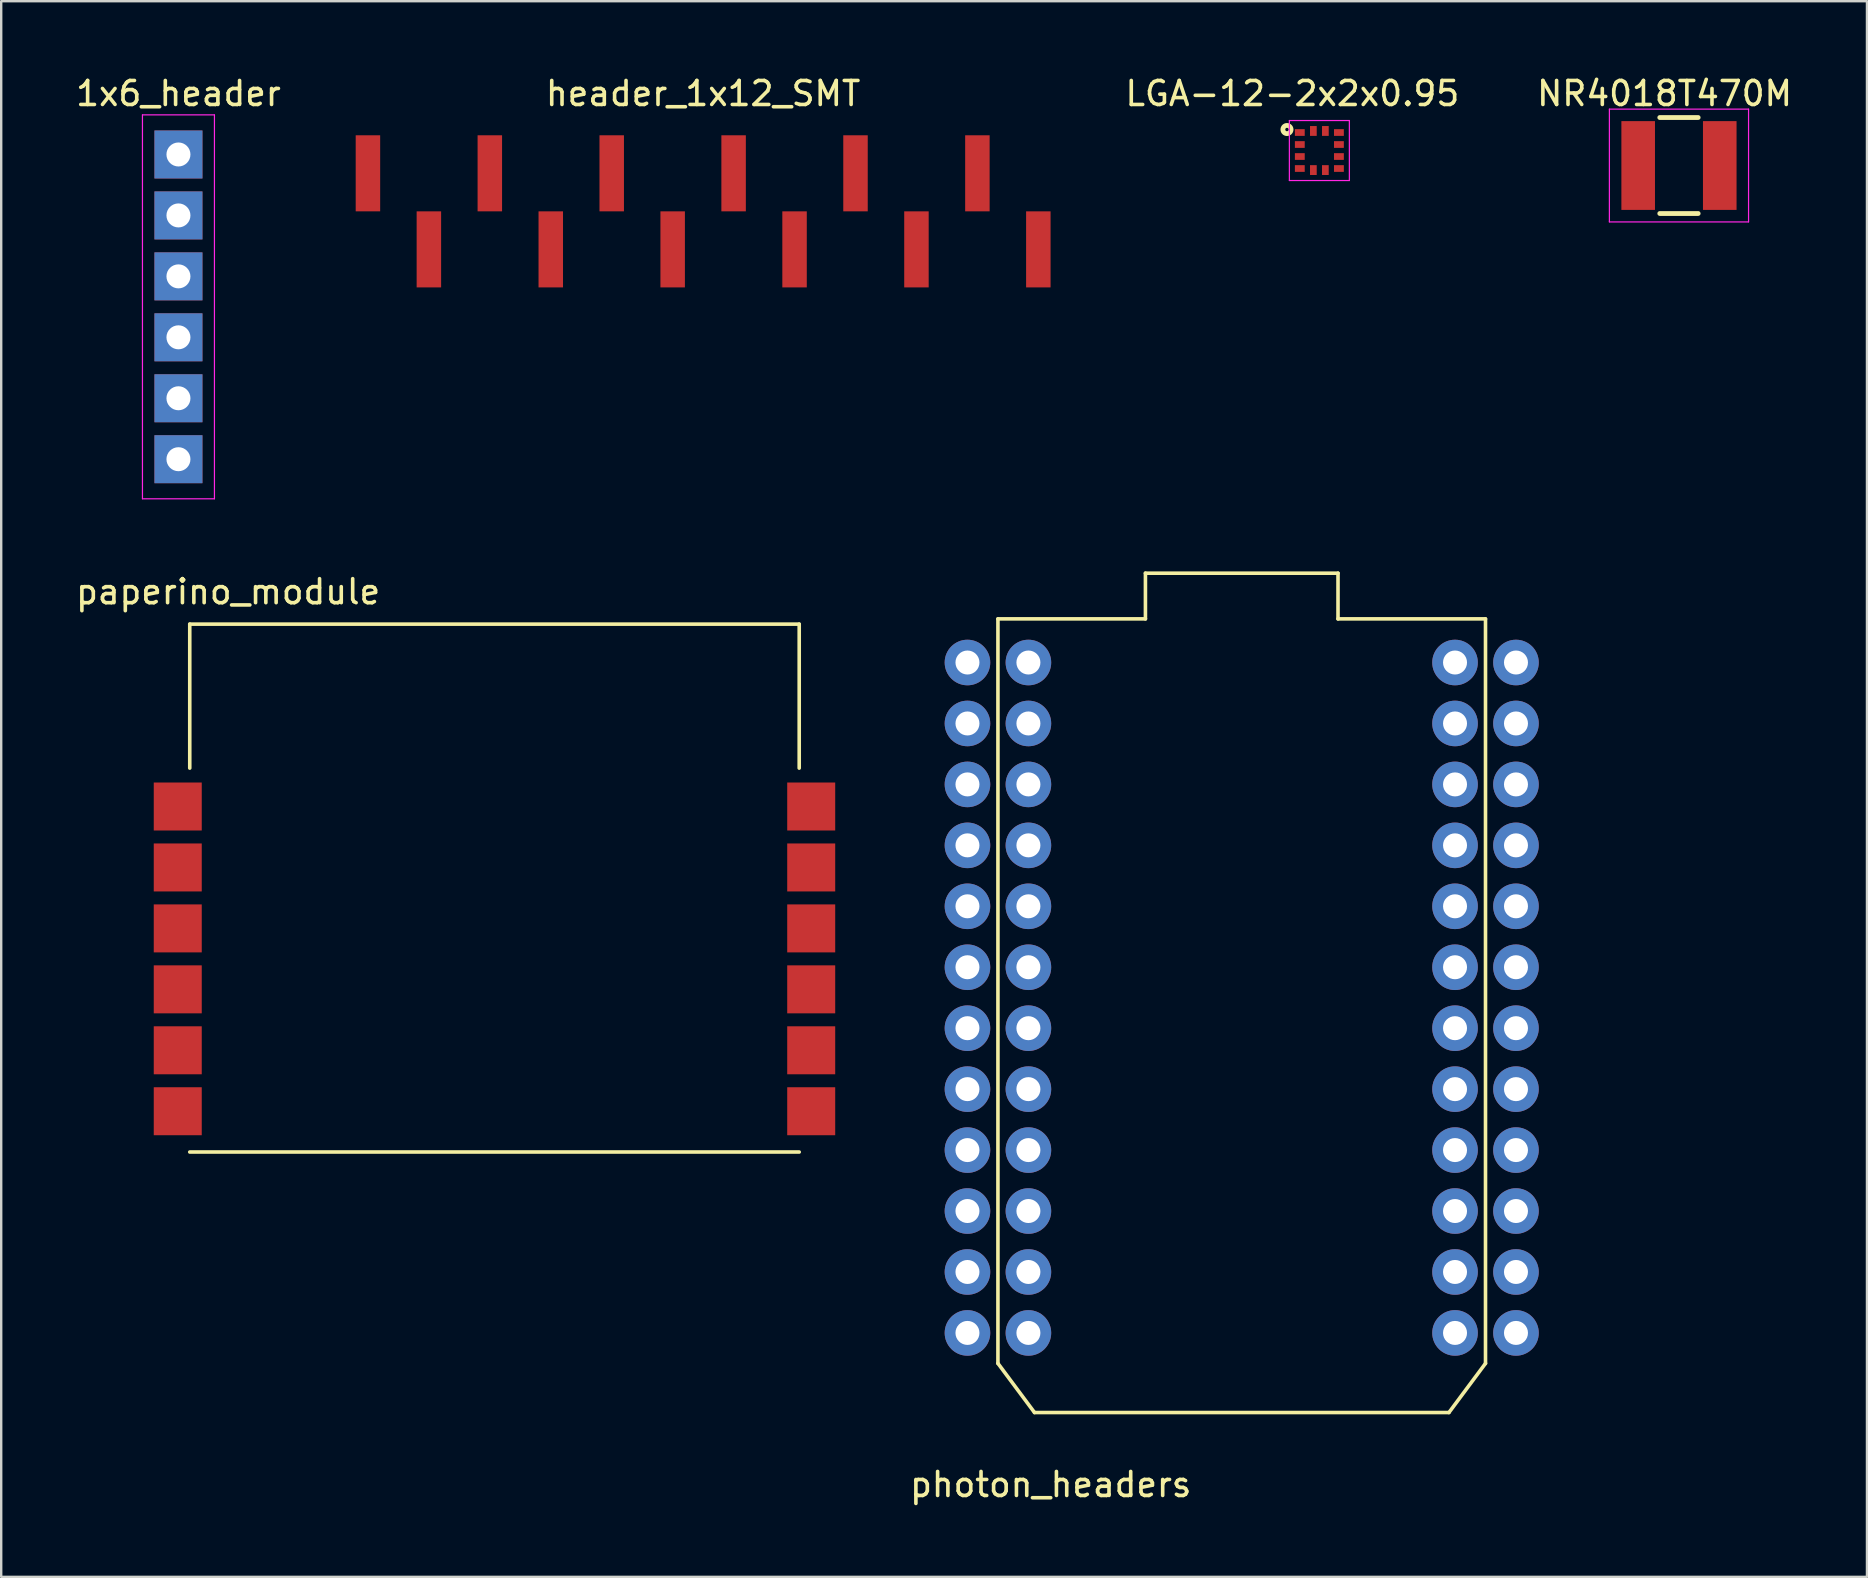
<source format=kicad_pcb>
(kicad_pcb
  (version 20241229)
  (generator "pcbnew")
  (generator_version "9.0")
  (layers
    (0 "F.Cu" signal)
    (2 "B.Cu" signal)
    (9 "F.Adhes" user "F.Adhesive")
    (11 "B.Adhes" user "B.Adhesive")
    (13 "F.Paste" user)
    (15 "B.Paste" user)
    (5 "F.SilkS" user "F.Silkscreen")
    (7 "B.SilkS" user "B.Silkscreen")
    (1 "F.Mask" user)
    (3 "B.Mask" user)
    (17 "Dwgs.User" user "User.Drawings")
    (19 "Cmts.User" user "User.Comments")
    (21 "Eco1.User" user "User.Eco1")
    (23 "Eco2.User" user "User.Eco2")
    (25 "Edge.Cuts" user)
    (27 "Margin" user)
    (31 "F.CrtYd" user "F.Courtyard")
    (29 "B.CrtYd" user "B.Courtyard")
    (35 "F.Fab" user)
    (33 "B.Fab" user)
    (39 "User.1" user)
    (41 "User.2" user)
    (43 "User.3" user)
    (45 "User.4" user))
  (footprint "header_1x12_SMT"
    (layer "F.Cu")
    (at 26.254 5.758)
    (property "Reference" "header_1x12_SMT" (at 0 -4.91 0) (layer "F.SilkS") (effects (font (size 1 1) (thickness 0.15))))
    (attr through_hole)
    (pad "1" smd rect (at -13.97 -1.585) (size 1.02 3.17) (layers "F.Cu" "F.Mask" "F.Paste"))
    (pad "2" smd rect (at -11.43 1.585) (size 1.02 3.17) (layers "F.Cu" "F.Mask" "F.Paste"))
    (pad "3" smd rect (at -8.89 -1.585) (size 1.02 3.17) (layers "F.Cu" "F.Mask" "F.Paste"))
    (pad "4" smd rect (at -6.35 1.585) (size 1.02 3.17) (layers "F.Cu" "F.Mask" "F.Paste"))
    (pad "5" smd rect (at -3.81 -1.585) (size 1.02 3.17) (layers "F.Cu" "F.Mask" "F.Paste"))
    (pad "6" smd rect (at -1.27 1.585) (size 1.02 3.17) (layers "F.Cu" "F.Mask" "F.Paste"))
    (pad "7" smd rect (at 1.27 -1.585) (size 1.02 3.17) (layers "F.Cu" "F.Mask" "F.Paste"))
    (pad "8" smd rect (at 3.81 1.585) (size 1.02 3.17) (layers "F.Cu" "F.Mask" "F.Paste"))
    (pad "9" smd rect (at 6.35 -1.585) (size 1.02 3.17) (layers "F.Cu" "F.Mask" "F.Paste"))
    (pad "10" smd rect (at 8.89 1.585) (size 1.02 3.17) (layers "F.Cu" "F.Mask" "F.Paste"))
    (pad "11" smd rect (at 11.43 -1.585) (size 1.02 3.17) (layers "F.Cu" "F.Mask" "F.Paste"))
    (pad "12" smd rect (at 13.97 1.585) (size 1.02 3.17) (layers "F.Cu" "F.Mask" "F.Paste")))
  (footprint "1x6_header"
    (layer "F.Cu")
    (at 4.387 3.388)
    (property "Reference" "1x6_header" (at 0 -2.54 0) (layer "F.SilkS") (effects (font (size 1 1) (thickness 0.15))))
    (attr through_hole)
    (fp_line (start -1.5 14.35) (end -1.5 -1.65) (stroke (width 0.05) (type solid)) (layer "F.CrtYd"))
    (fp_line (start 1.5 -1.65) (end -1.5 -1.65) (stroke (width 0.05) (type solid)) (layer "F.CrtYd"))
    (fp_line (start 1.5 14.35) (end -1.5 14.35) (stroke (width 0.05) (type solid)) (layer "F.CrtYd"))
    (fp_line (start 1.5 14.35) (end 1.5 -1.65) (stroke (width 0.05) (type solid)) (layer "F.CrtYd"))
    (pad "1" thru_hole rect (at 0 0) (size 2 2) (drill 1) (layers "*.Cu" "*.Mask"))
    (pad "2" thru_hole rect (at 0 2.54) (size 2 2) (drill 1) (layers "*.Cu" "*.Mask"))
    (pad "3" thru_hole rect (at 0 5.08) (size 2 2) (drill 1) (layers "*.Cu" "*.Mask"))
    (pad "4" thru_hole rect (at 0 7.62) (size 2 2) (drill 1) (layers "*.Cu" "*.Mask"))
    (pad "5" thru_hole rect (at 0 10.16) (size 2 2) (drill 1) (layers "*.Cu" "*.Mask"))
    (pad "6" thru_hole rect (at 0 12.7) (size 2 2) (drill 1) (layers "*.Cu" "*.Mask")))
  (footprint "paperino_module"
    (layer "F.Cu")
    (at 17.558 33.962)
    (property "Reference" "paperino_module" (at -11.1 -12.35 0) (layer "F.SilkS") (effects (font (size 1 1) (thickness 0.15))))
    (attr through_hole)
    (fp_line (start -12.7 -11) (end -12.7 -5) (stroke (width 0.15) (type solid)) (layer "F.SilkS"))
    (fp_line (start -12.7 -11) (end 12.7 -11) (stroke (width 0.15) (type solid)) (layer "F.SilkS"))
    (fp_line (start -12.7 11) (end 12.7 11) (stroke (width 0.15) (type solid)) (layer "F.SilkS"))
    (fp_line (start 12.7 -5) (end 12.7 -11) (stroke (width 0.15) (type solid)) (layer "F.SilkS"))
    (pad "1" smd rect (at -12.7 -3.4) (size 2 2) (drill (offset -0.5 0)) (layers "F.Cu" "F.Mask" "F.Paste"))
    (pad "2" smd rect (at -12.7 -0.86) (size 2 2) (drill (offset -0.5 0)) (layers "F.Cu" "F.Mask" "F.Paste"))
    (pad "3" smd rect (at -12.7 1.68) (size 2 2) (drill (offset -0.5 0)) (layers "F.Cu" "F.Mask" "F.Paste"))
    (pad "4" smd rect (at -12.7 4.22) (size 2 2) (drill (offset -0.5 0)) (layers "F.Cu" "F.Mask" "F.Paste"))
    (pad "5" smd rect (at -12.7 6.76) (size 2 2) (drill (offset -0.5 0)) (layers "F.Cu" "F.Mask" "F.Paste"))
    (pad "6" smd rect (at -12.7 9.3) (size 2 2) (drill (offset -0.5 0)) (layers "F.Cu" "F.Mask" "F.Paste"))
    (pad "7" smd rect (at 12.7 9.3) (size 2 2) (drill (offset 0.5 0)) (layers "F.Cu" "F.Mask" "F.Paste"))
    (pad "8" smd rect (at 12.7 6.76) (size 2 2) (drill (offset 0.5 0)) (layers "F.Cu" "F.Mask" "F.Paste"))
    (pad "9" smd rect (at 12.7 4.22) (size 2 2) (drill (offset 0.5 0)) (layers "F.Cu" "F.Mask" "F.Paste"))
    (pad "10" smd rect (at 12.7 1.68) (size 2 2) (drill (offset 0.5 0)) (layers "F.Cu" "F.Mask" "F.Paste"))
    (pad "11" smd rect (at 12.7 -0.86) (size 2 2) (drill (offset 0.5 0)) (layers "F.Cu" "F.Mask" "F.Paste"))
    (pad "12" smd rect (at 12.7 -3.4) (size 2 2) (drill (offset 0.5 0)) (layers "F.Cu" "F.Mask" "F.Paste")))
  (footprint "LGA-12-2x2x0.95"
    (layer "F.Cu")
    (at 51.936 3.223)
    (property "Reference" "LGA-12-2x2x0.95" (at -1.125 -2.375 0) (layer "F.SilkS") (effects (font (size 1 1) (thickness 0.15))))
    (attr through_hole)
    (fp_circle (center -1.35 -0.875) (end -1.3 -0.925) (stroke (width 0.2) (type solid)) (fill no) (layer "F.SilkS"))
    (fp_line (start -1.25 -1.25) (end 1.25 -1.25) (stroke (width 0.05) (type solid)) (layer "F.CrtYd"))
    (fp_line (start -1.25 1.25) (end -1.25 -1.25) (stroke (width 0.05) (type solid)) (layer "F.CrtYd"))
    (fp_line (start 1.25 -1.25) (end 1.25 1.25) (stroke (width 0.05) (type solid)) (layer "F.CrtYd"))
    (fp_line (start 1.25 1.25) (end -1.25 1.25) (stroke (width 0.05) (type solid)) (layer "F.CrtYd"))
    (pad "1" smd rect (at -0.815 -0.75) (size 0.41 0.28) (layers "F.Cu" "F.Mask" "F.Paste"))
    (pad "2" smd rect (at -0.815 -0.25) (size 0.41 0.28) (layers "F.Cu" "F.Mask" "F.Paste"))
    (pad "3" smd rect (at -0.815 0.25) (size 0.41 0.28) (layers "F.Cu" "F.Mask" "F.Paste"))
    (pad "4" smd rect (at -0.815 0.75) (size 0.41 0.28) (layers "F.Cu" "F.Mask" "F.Paste"))
    (pad "5" smd rect (at -0.25 0.815 90) (size 0.41 0.28) (layers "F.Cu" "F.Mask" "F.Paste"))
    (pad "6" smd rect (at 0.25 0.815 90) (size 0.41 0.28) (layers "F.Cu" "F.Mask" "F.Paste"))
    (pad "7" smd rect (at 0.815 0.75) (size 0.41 0.28) (layers "F.Cu" "F.Mask" "F.Paste"))
    (pad "8" smd rect (at 0.815 0.25) (size 0.41 0.28) (layers "F.Cu" "F.Mask" "F.Paste"))
    (pad "9" smd rect (at 0.815 -0.25) (size 0.41 0.28) (layers "F.Cu" "F.Mask" "F.Paste"))
    (pad "10" smd rect (at 0.815 -0.75) (size 0.41 0.28) (layers "F.Cu" "F.Mask" "F.Paste"))
    (pad "11" smd rect (at 0.25 -0.815 90) (size 0.41 0.28) (layers "F.Cu" "F.Mask" "F.Paste"))
    (pad "12" smd rect (at -0.25 -0.815 90) (size 0.41 0.28) (layers "F.Cu" "F.Mask" "F.Paste")))
  (footprint "photon_headers"
    (layer "F.Cu")
    (at 38.54 56.819)
    (property "Reference" "photon_headers" (at 2.2 2 0) (layer "F.SilkS") (effects (font (size 1 1) (thickness 0.15))))
    (attr through_hole)
    (fp_line (start 0 -34.076) (end 6.147 -34.076) (stroke (width 0.15) (type solid)) (layer "F.SilkS"))
    (fp_line (start 0 -3.048) (end 0 -34.076) (stroke (width 0.15) (type solid)) (layer "F.SilkS"))
    (fp_line (start 1.524 -1) (end 0 -3.048) (stroke (width 0.15) (type solid)) (layer "F.SilkS"))
    (fp_line (start 1.524 -1) (end 18.796 -1) (stroke (width 0.15) (type solid)) (layer "F.SilkS"))
    (fp_line (start 6.147 -35.981) (end 14.173 -35.981) (stroke (width 0.15) (type solid)) (layer "F.SilkS"))
    (fp_line (start 6.147 -34.076) (end 6.147 -35.981) (stroke (width 0.15) (type solid)) (layer "F.SilkS"))
    (fp_line (start 14.173 -35.981) (end 14.173 -34.076) (stroke (width 0.15) (type solid)) (layer "F.SilkS"))
    (fp_line (start 14.173 -34.076) (end 20.32 -34.076) (stroke (width 0.15) (type solid)) (layer "F.SilkS"))
    (fp_line (start 20.32 -3.048) (end 18.796 -1) (stroke (width 0.15) (type solid)) (layer "F.SilkS"))
    (fp_line (start 20.32 -3.048) (end 20.32 -34.074) (stroke (width 0.15) (type solid)) (layer "F.SilkS"))
    (pad "1" thru_hole circle (at -1.27 -32.258) (size 1.9 1.9) (drill 1) (layers "*.Cu" "*.Mask"))
    (pad "1" thru_hole circle (at 1.27 -32.258) (size 1.9 1.9) (drill 1) (layers "*.Cu" "*.Mask"))
    (pad "2" thru_hole circle (at -1.27 -29.718) (size 1.9 1.9) (drill 1) (layers "*.Cu" "*.Mask"))
    (pad "2" thru_hole circle (at 1.27 -29.718) (size 1.9 1.9) (drill 1) (layers "*.Cu" "*.Mask"))
    (pad "3" thru_hole circle (at -1.27 -27.178) (size 1.9 1.9) (drill 1) (layers "*.Cu" "*.Mask"))
    (pad "3" thru_hole circle (at 1.27 -27.178) (size 1.9 1.9) (drill 1) (layers "*.Cu" "*.Mask"))
    (pad "4" thru_hole circle (at -1.27 -24.638) (size 1.9 1.9) (drill 1) (layers "*.Cu" "*.Mask"))
    (pad "4" thru_hole circle (at 1.27 -24.638) (size 1.9 1.9) (drill 1) (layers "*.Cu" "*.Mask"))
    (pad "5" thru_hole circle (at -1.27 -22.098) (size 1.9 1.9) (drill 1) (layers "*.Cu" "*.Mask"))
    (pad "5" thru_hole circle (at 1.27 -22.098) (size 1.9 1.9) (drill 1) (layers "*.Cu" "*.Mask"))
    (pad "6" thru_hole circle (at -1.27 -19.558) (size 1.9 1.9) (drill 1) (layers "*.Cu" "*.Mask"))
    (pad "6" thru_hole circle (at 1.27 -19.558) (size 1.9 1.9) (drill 1) (layers "*.Cu" "*.Mask"))
    (pad "7" thru_hole circle (at -1.27 -17.018) (size 1.9 1.9) (drill 1) (layers "*.Cu" "*.Mask"))
    (pad "7" thru_hole circle (at 1.27 -17.018) (size 1.9 1.9) (drill 1) (layers "*.Cu" "*.Mask"))
    (pad "8" thru_hole circle (at -1.27 -14.478) (size 1.9 1.9) (drill 1) (layers "*.Cu" "*.Mask"))
    (pad "8" thru_hole circle (at 1.27 -14.478) (size 1.9 1.9) (drill 1) (layers "*.Cu" "*.Mask"))
    (pad "9" thru_hole circle (at -1.27 -11.938) (size 1.9 1.9) (drill 1) (layers "*.Cu" "*.Mask"))
    (pad "9" thru_hole circle (at 1.27 -11.938) (size 1.9 1.9) (drill 1) (layers "*.Cu" "*.Mask"))
    (pad "10" thru_hole circle (at -1.27 -9.398) (size 1.9 1.9) (drill 1) (layers "*.Cu" "*.Mask"))
    (pad "10" thru_hole circle (at 1.27 -9.398) (size 1.9 1.9) (drill 1) (layers "*.Cu" "*.Mask"))
    (pad "11" thru_hole circle (at -1.27 -6.858) (size 1.9 1.9) (drill 1) (layers "*.Cu" "*.Mask"))
    (pad "11" thru_hole circle (at 1.27 -6.858) (size 1.9 1.9) (drill 1) (layers "*.Cu" "*.Mask"))
    (pad "12" thru_hole circle (at -1.27 -4.318) (size 1.9 1.9) (drill 1) (layers "*.Cu" "*.Mask"))
    (pad "12" thru_hole circle (at 1.27 -4.318) (size 1.9 1.9) (drill 1) (layers "*.Cu" "*.Mask"))
    (pad "13" thru_hole circle (at 19.05 -4.318) (size 1.9 1.9) (drill 1) (layers "*.Cu" "*.Mask"))
    (pad "13" thru_hole circle (at 21.59 -4.318) (size 1.9 1.9) (drill 1) (layers "*.Cu" "*.Mask"))
    (pad "14" thru_hole circle (at 19.05 -6.858) (size 1.9 1.9) (drill 1) (layers "*.Cu" "*.Mask"))
    (pad "14" thru_hole circle (at 21.59 -6.858) (size 1.9 1.9) (drill 1) (layers "*.Cu" "*.Mask"))
    (pad "15" thru_hole circle (at 19.05 -9.398) (size 1.9 1.9) (drill 1) (layers "*.Cu" "*.Mask"))
    (pad "15" thru_hole circle (at 21.59 -9.398) (size 1.9 1.9) (drill 1) (layers "*.Cu" "*.Mask"))
    (pad "16" thru_hole circle (at 19.05 -11.938) (size 1.9 1.9) (drill 1) (layers "*.Cu" "*.Mask"))
    (pad "16" thru_hole circle (at 21.59 -11.938) (size 1.9 1.9) (drill 1) (layers "*.Cu" "*.Mask"))
    (pad "17" thru_hole circle (at 19.05 -14.478) (size 1.9 1.9) (drill 1) (layers "*.Cu" "*.Mask"))
    (pad "17" thru_hole circle (at 21.59 -14.478) (size 1.9 1.9) (drill 1) (layers "*.Cu" "*.Mask"))
    (pad "18" thru_hole circle (at 19.05 -17.018) (size 1.9 1.9) (drill 1) (layers "*.Cu" "*.Mask"))
    (pad "18" thru_hole circle (at 21.59 -17.018) (size 1.9 1.9) (drill 1) (layers "*.Cu" "*.Mask"))
    (pad "19" thru_hole circle (at 19.05 -19.558) (size 1.9 1.9) (drill 1) (layers "*.Cu" "*.Mask"))
    (pad "19" thru_hole circle (at 21.59 -19.558) (size 1.9 1.9) (drill 1) (layers "*.Cu" "*.Mask"))
    (pad "20" thru_hole circle (at 19.05 -22.098) (size 1.9 1.9) (drill 1) (layers "*.Cu" "*.Mask"))
    (pad "20" thru_hole circle (at 21.59 -22.098) (size 1.9 1.9) (drill 1) (layers "*.Cu" "*.Mask"))
    (pad "21" thru_hole circle (at 19.05 -24.638) (size 1.9 1.9) (drill 1) (layers "*.Cu" "*.Mask"))
    (pad "21" thru_hole circle (at 21.59 -24.638) (size 1.9 1.9) (drill 1) (layers "*.Cu" "*.Mask"))
    (pad "22" thru_hole circle (at 19.05 -27.178) (size 1.9 1.9) (drill 1) (layers "*.Cu" "*.Mask"))
    (pad "22" thru_hole circle (at 21.59 -27.178) (size 1.9 1.9) (drill 1) (layers "*.Cu" "*.Mask"))
    (pad "23" thru_hole circle (at 19.05 -29.718) (size 1.9 1.9) (drill 1) (layers "*.Cu" "*.Mask"))
    (pad "23" thru_hole circle (at 21.59 -29.718) (size 1.9 1.9) (drill 1) (layers "*.Cu" "*.Mask"))
    (pad "24" thru_hole circle (at 19.05 -32.258) (size 1.9 1.9) (drill 1) (layers "*.Cu" "*.Mask"))
    (pad "24" thru_hole circle (at 21.59 -32.258) (size 1.9 1.9) (drill 1) (layers "*.Cu" "*.Mask")))
  (footprint "NR4018T470M"
    (layer "F.Cu")
    (at 66.923 3.848)
    (property "Reference" "NR4018T470M" (at -0.6 -3 0) (layer "F.SilkS") (effects (font (size 1 1) (thickness 0.15))))
    (attr through_hole)
    (fp_line (start -0.8 -2) (end 0.8 -2) (stroke (width 0.2) (type solid)) (layer "F.SilkS"))
    (fp_line (start -0.8 2) (end 0.8 2) (stroke (width 0.2) (type solid)) (layer "F.SilkS"))
    (fp_line (start -2.9 -2.35) (end 2.9 -2.35) (stroke (width 0.05) (type solid)) (layer "F.CrtYd"))
    (fp_line (start -2.9 2.35) (end -2.9 -2.35) (stroke (width 0.05) (type solid)) (layer "F.CrtYd"))
    (fp_line (start -2.9 2.35) (end 2.9 2.35) (stroke (width 0.05) (type solid)) (layer "F.CrtYd"))
    (fp_line (start 2.9 2.35) (end 2.9 -2.35) (stroke (width 0.05) (type solid)) (layer "F.CrtYd"))
    (pad "1" smd rect (at -1.7 0) (size 1.4 3.7) (layers "F.Cu" "F.Mask" "F.Paste"))
    (pad "2" smd rect (at 1.7 0) (size 1.4 3.7) (layers "F.Cu" "F.Mask" "F.Paste")))
  (gr_rect
    (start -3 -3)
    (end 74.758 62.667)
    (stroke (width 0.1) (type default))
    (fill no)
    (layer "Edge.Cuts")))
</source>
